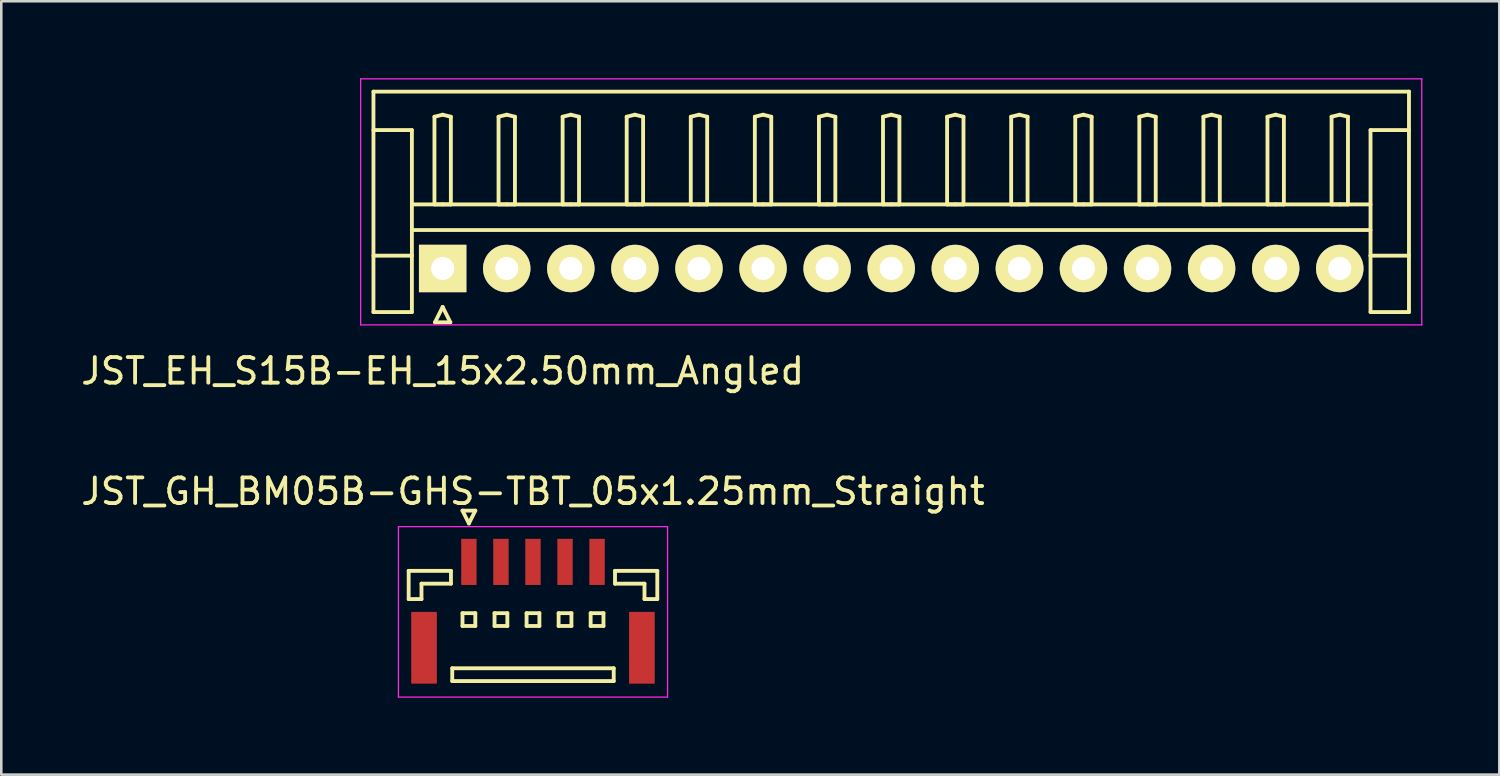
<source format=kicad_pcb>
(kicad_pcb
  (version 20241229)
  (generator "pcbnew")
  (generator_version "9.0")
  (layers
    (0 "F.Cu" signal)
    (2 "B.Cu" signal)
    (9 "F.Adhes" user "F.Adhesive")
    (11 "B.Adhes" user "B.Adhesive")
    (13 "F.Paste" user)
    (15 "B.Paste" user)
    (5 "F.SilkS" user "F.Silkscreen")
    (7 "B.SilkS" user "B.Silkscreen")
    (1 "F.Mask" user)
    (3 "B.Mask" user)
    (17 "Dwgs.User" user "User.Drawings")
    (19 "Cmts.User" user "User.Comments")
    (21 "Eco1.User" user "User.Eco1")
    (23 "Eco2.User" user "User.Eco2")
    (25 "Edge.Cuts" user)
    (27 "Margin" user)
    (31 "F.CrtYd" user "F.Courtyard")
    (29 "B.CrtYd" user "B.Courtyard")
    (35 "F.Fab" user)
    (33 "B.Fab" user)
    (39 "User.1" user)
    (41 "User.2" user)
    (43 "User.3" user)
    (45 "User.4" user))
  (footprint "JST_GH_BM05B-GHS-TBT_05x1.25mm_Straight"
    (layer "F.Cu")
    (at 17.744 20.547)
    (property "Reference" "JST_GH_BM05B-GHS-TBT_05x1.25mm_Straight" (at 0 -4.425 0) (layer "F.SilkS") (effects (font (size 1 1) (thickness 0.15))))
    (attr smd)
    (fp_line (start -4.85 -1.325) (end -3.2 -1.325) (stroke (width 0.15) (type solid)) (layer "F.SilkS"))
    (fp_line (start -4.85 -0.225) (end -4.85 -1.325) (stroke (width 0.15) (type solid)) (layer "F.SilkS"))
    (fp_line (start -4.35 -0.825) (end -4.35 -0.225) (stroke (width 0.15) (type solid)) (layer "F.SilkS"))
    (fp_line (start -4.35 -0.225) (end -4.85 -0.225) (stroke (width 0.15) (type solid)) (layer "F.SilkS"))
    (fp_line (start -3.2 -1.325) (end -3.2 -0.825) (stroke (width 0.15) (type solid)) (layer "F.SilkS"))
    (fp_line (start -3.2 -0.825) (end -4.35 -0.825) (stroke (width 0.15) (type solid)) (layer "F.SilkS"))
    (fp_line (start -3.15 2.475) (end -3.15 2.975) (stroke (width 0.15) (type solid)) (layer "F.SilkS"))
    (fp_line (start -3.15 2.975) (end 3.15 2.975) (stroke (width 0.15) (type solid)) (layer "F.SilkS"))
    (fp_line (start -2.75 -3.675) (end -2.25 -3.675) (stroke (width 0.15) (type solid)) (layer "F.SilkS"))
    (fp_line (start -2.75 0.325) (end -2.75 0.825) (stroke (width 0.15) (type solid)) (layer "F.SilkS"))
    (fp_line (start -2.75 0.825) (end -2.25 0.825) (stroke (width 0.15) (type solid)) (layer "F.SilkS"))
    (fp_line (start -2.5 -3.175) (end -2.75 -3.675) (stroke (width 0.15) (type solid)) (layer "F.SilkS"))
    (fp_line (start -2.25 -3.675) (end -2.5 -3.175) (stroke (width 0.15) (type solid)) (layer "F.SilkS"))
    (fp_line (start -2.25 0.325) (end -2.75 0.325) (stroke (width 0.15) (type solid)) (layer "F.SilkS"))
    (fp_line (start -2.25 0.825) (end -2.25 0.325) (stroke (width 0.15) (type solid)) (layer "F.SilkS"))
    (fp_line (start -1.5 0.325) (end -1.5 0.825) (stroke (width 0.15) (type solid)) (layer "F.SilkS"))
    (fp_line (start -1.5 0.825) (end -1 0.825) (stroke (width 0.15) (type solid)) (layer "F.SilkS"))
    (fp_line (start -1 0.325) (end -1.5 0.325) (stroke (width 0.15) (type solid)) (layer "F.SilkS"))
    (fp_line (start -1 0.825) (end -1 0.325) (stroke (width 0.15) (type solid)) (layer "F.SilkS"))
    (fp_line (start -0.25 0.325) (end -0.25 0.825) (stroke (width 0.15) (type solid)) (layer "F.SilkS"))
    (fp_line (start -0.25 0.825) (end 0.25 0.825) (stroke (width 0.15) (type solid)) (layer "F.SilkS"))
    (fp_line (start 0.25 0.325) (end -0.25 0.325) (stroke (width 0.15) (type solid)) (layer "F.SilkS"))
    (fp_line (start 0.25 0.825) (end 0.25 0.325) (stroke (width 0.15) (type solid)) (layer "F.SilkS"))
    (fp_line (start 1 0.325) (end 1 0.825) (stroke (width 0.15) (type solid)) (layer "F.SilkS"))
    (fp_line (start 1 0.825) (end 1.5 0.825) (stroke (width 0.15) (type solid)) (layer "F.SilkS"))
    (fp_line (start 1.5 0.325) (end 1 0.325) (stroke (width 0.15) (type solid)) (layer "F.SilkS"))
    (fp_line (start 1.5 0.825) (end 1.5 0.325) (stroke (width 0.15) (type solid)) (layer "F.SilkS"))
    (fp_line (start 2.25 0.325) (end 2.25 0.825) (stroke (width 0.15) (type solid)) (layer "F.SilkS"))
    (fp_line (start 2.25 0.825) (end 2.75 0.825) (stroke (width 0.15) (type solid)) (layer "F.SilkS"))
    (fp_line (start 2.75 0.325) (end 2.25 0.325) (stroke (width 0.15) (type solid)) (layer "F.SilkS"))
    (fp_line (start 2.75 0.825) (end 2.75 0.325) (stroke (width 0.15) (type solid)) (layer "F.SilkS"))
    (fp_line (start 3.15 2.475) (end -3.15 2.475) (stroke (width 0.15) (type solid)) (layer "F.SilkS"))
    (fp_line (start 3.15 2.975) (end 3.15 2.475) (stroke (width 0.15) (type solid)) (layer "F.SilkS"))
    (fp_line (start 3.2 -1.325) (end 3.2 -0.825) (stroke (width 0.15) (type solid)) (layer "F.SilkS"))
    (fp_line (start 3.2 -0.825) (end 4.35 -0.825) (stroke (width 0.15) (type solid)) (layer "F.SilkS"))
    (fp_line (start 4.35 -0.825) (end 4.35 -0.225) (stroke (width 0.15) (type solid)) (layer "F.SilkS"))
    (fp_line (start 4.35 -0.225) (end 4.85 -0.225) (stroke (width 0.15) (type solid)) (layer "F.SilkS"))
    (fp_line (start 4.85 -1.325) (end 3.2 -1.325) (stroke (width 0.15) (type solid)) (layer "F.SilkS"))
    (fp_line (start 4.85 -0.225) (end 4.85 -1.325) (stroke (width 0.15) (type solid)) (layer "F.SilkS"))
    (fp_line (start -5.25 -3.05) (end -5.25 3.6) (stroke (width 0.05) (type solid)) (layer "F.CrtYd"))
    (fp_line (start -5.25 3.6) (end 5.25 3.6) (stroke (width 0.05) (type solid)) (layer "F.CrtYd"))
    (fp_line (start 5.25 -3.05) (end -5.25 -3.05) (stroke (width 0.05) (type solid)) (layer "F.CrtYd"))
    (fp_line (start 5.25 3.6) (end 5.25 -3.05) (stroke (width 0.05) (type solid)) (layer "F.CrtYd"))
    (pad "" smd rect (at -4.25 1.675) (size 1 2.8) (layers "F.Cu" "F.Mask" "F.Paste"))
    (pad "" smd rect (at 4.25 1.675) (size 1 2.8) (layers "F.Cu" "F.Mask" "F.Paste"))
    (pad "1" smd rect (at -2.5 -1.675) (size 0.6 1.8) (layers "F.Cu" "F.Mask" "F.Paste"))
    (pad "2" smd rect (at -1.25 -1.675) (size 0.6 1.8) (layers "F.Cu" "F.Mask" "F.Paste"))
    (pad "3" smd rect (at 0 -1.675) (size 0.6 1.8) (layers "F.Cu" "F.Mask" "F.Paste"))
    (pad "4" smd rect (at 1.25 -1.675) (size 0.6 1.8) (layers "F.Cu" "F.Mask" "F.Paste"))
    (pad "5" smd rect (at 2.5 -1.675) (size 0.6 1.8) (layers "F.Cu" "F.Mask" "F.Paste")))
  (footprint "JST_EH_S15B-EH_15x2.50mm_Angled"
    (layer "F.Cu")
    (at 14.22 7.425)
    (property "Reference" "JST_EH_S15B-EH_15x2.50mm_Angled" (at 0 4 0) (layer "F.SilkS") (effects (font (size 1 1) (thickness 0.15))))
    (attr through_hole)
    (fp_line (start -2.7 -6.9) (end 37.7 -6.9) (stroke (width 0.15) (type solid)) (layer "F.SilkS"))
    (fp_line (start -2.7 -5.4) (end -1.2 -5.4) (stroke (width 0.15) (type solid)) (layer "F.SilkS"))
    (fp_line (start -2.7 1.7) (end -2.7 -6.9) (stroke (width 0.15) (type solid)) (layer "F.SilkS"))
    (fp_line (start -1.2 -5.4) (end -1.2 -0.5) (stroke (width 0.15) (type solid)) (layer "F.SilkS"))
    (fp_line (start -1.2 -2.5) (end 36.2 -2.5) (stroke (width 0.15) (type solid)) (layer "F.SilkS"))
    (fp_line (start -1.2 -1.5) (end 36.2 -1.5) (stroke (width 0.15) (type solid)) (layer "F.SilkS"))
    (fp_line (start -1.2 -0.5) (end -2.7 -0.5) (stroke (width 0.15) (type solid)) (layer "F.SilkS"))
    (fp_line (start -1.2 -0.5) (end -1.2 1.7) (stroke (width 0.15) (type solid)) (layer "F.SilkS"))
    (fp_line (start -1.2 1.7) (end -2.7 1.7) (stroke (width 0.15) (type solid)) (layer "F.SilkS"))
    (fp_line (start -0.32 -5.92) (end 0 -6) (stroke (width 0.15) (type solid)) (layer "F.SilkS"))
    (fp_line (start -0.32 -2.5) (end -0.32 -5.92) (stroke (width 0.15) (type solid)) (layer "F.SilkS"))
    (fp_line (start -0.3 2.1) (end 0.3 2.1) (stroke (width 0.15) (type solid)) (layer "F.SilkS"))
    (fp_line (start 0 -6) (end 0.32 -5.92) (stroke (width 0.15) (type solid)) (layer "F.SilkS"))
    (fp_line (start 0 -2.5) (end -0.32 -2.5) (stroke (width 0.15) (type solid)) (layer "F.SilkS"))
    (fp_line (start 0 1.5) (end -0.3 2.1) (stroke (width 0.15) (type solid)) (layer "F.SilkS"))
    (fp_line (start 0.3 2.1) (end 0 1.5) (stroke (width 0.15) (type solid)) (layer "F.SilkS"))
    (fp_line (start 0.32 -5.92) (end 0.32 -2.5) (stroke (width 0.15) (type solid)) (layer "F.SilkS"))
    (fp_line (start 0.32 -2.5) (end 0 -2.5) (stroke (width 0.15) (type solid)) (layer "F.SilkS"))
    (fp_line (start 2.18 -5.92) (end 2.5 -6) (stroke (width 0.15) (type solid)) (layer "F.SilkS"))
    (fp_line (start 2.18 -2.5) (end 2.18 -5.92) (stroke (width 0.15) (type solid)) (layer "F.SilkS"))
    (fp_line (start 2.5 -6) (end 2.82 -5.92) (stroke (width 0.15) (type solid)) (layer "F.SilkS"))
    (fp_line (start 2.5 -2.5) (end 2.18 -2.5) (stroke (width 0.15) (type solid)) (layer "F.SilkS"))
    (fp_line (start 2.82 -5.92) (end 2.82 -2.5) (stroke (width 0.15) (type solid)) (layer "F.SilkS"))
    (fp_line (start 2.82 -2.5) (end 2.5 -2.5) (stroke (width 0.15) (type solid)) (layer "F.SilkS"))
    (fp_line (start 4.68 -5.92) (end 5 -6) (stroke (width 0.15) (type solid)) (layer "F.SilkS"))
    (fp_line (start 4.68 -2.5) (end 4.68 -5.92) (stroke (width 0.15) (type solid)) (layer "F.SilkS"))
    (fp_line (start 5 -6) (end 5.32 -5.92) (stroke (width 0.15) (type solid)) (layer "F.SilkS"))
    (fp_line (start 5 -2.5) (end 4.68 -2.5) (stroke (width 0.15) (type solid)) (layer "F.SilkS"))
    (fp_line (start 5.32 -5.92) (end 5.32 -2.5) (stroke (width 0.15) (type solid)) (layer "F.SilkS"))
    (fp_line (start 5.32 -2.5) (end 5 -2.5) (stroke (width 0.15) (type solid)) (layer "F.SilkS"))
    (fp_line (start 7.18 -5.92) (end 7.5 -6) (stroke (width 0.15) (type solid)) (layer "F.SilkS"))
    (fp_line (start 7.18 -2.5) (end 7.18 -5.92) (stroke (width 0.15) (type solid)) (layer "F.SilkS"))
    (fp_line (start 7.5 -6) (end 7.82 -5.92) (stroke (width 0.15) (type solid)) (layer "F.SilkS"))
    (fp_line (start 7.5 -2.5) (end 7.18 -2.5) (stroke (width 0.15) (type solid)) (layer "F.SilkS"))
    (fp_line (start 7.82 -5.92) (end 7.82 -2.5) (stroke (width 0.15) (type solid)) (layer "F.SilkS"))
    (fp_line (start 7.82 -2.5) (end 7.5 -2.5) (stroke (width 0.15) (type solid)) (layer "F.SilkS"))
    (fp_line (start 9.68 -5.92) (end 10 -6) (stroke (width 0.15) (type solid)) (layer "F.SilkS"))
    (fp_line (start 9.68 -2.5) (end 9.68 -5.92) (stroke (width 0.15) (type solid)) (layer "F.SilkS"))
    (fp_line (start 10 -6) (end 10.32 -5.92) (stroke (width 0.15) (type solid)) (layer "F.SilkS"))
    (fp_line (start 10 -2.5) (end 9.68 -2.5) (stroke (width 0.15) (type solid)) (layer "F.SilkS"))
    (fp_line (start 10.32 -5.92) (end 10.32 -2.5) (stroke (width 0.15) (type solid)) (layer "F.SilkS"))
    (fp_line (start 10.32 -2.5) (end 10 -2.5) (stroke (width 0.15) (type solid)) (layer "F.SilkS"))
    (fp_line (start 12.18 -5.92) (end 12.5 -6) (stroke (width 0.15) (type solid)) (layer "F.SilkS"))
    (fp_line (start 12.18 -2.5) (end 12.18 -5.92) (stroke (width 0.15) (type solid)) (layer "F.SilkS"))
    (fp_line (start 12.5 -6) (end 12.82 -5.92) (stroke (width 0.15) (type solid)) (layer "F.SilkS"))
    (fp_line (start 12.5 -2.5) (end 12.18 -2.5) (stroke (width 0.15) (type solid)) (layer "F.SilkS"))
    (fp_line (start 12.82 -5.92) (end 12.82 -2.5) (stroke (width 0.15) (type solid)) (layer "F.SilkS"))
    (fp_line (start 12.82 -2.5) (end 12.5 -2.5) (stroke (width 0.15) (type solid)) (layer "F.SilkS"))
    (fp_line (start 14.68 -5.92) (end 15 -6) (stroke (width 0.15) (type solid)) (layer "F.SilkS"))
    (fp_line (start 14.68 -2.5) (end 14.68 -5.92) (stroke (width 0.15) (type solid)) (layer "F.SilkS"))
    (fp_line (start 15 -6) (end 15.32 -5.92) (stroke (width 0.15) (type solid)) (layer "F.SilkS"))
    (fp_line (start 15 -2.5) (end 14.68 -2.5) (stroke (width 0.15) (type solid)) (layer "F.SilkS"))
    (fp_line (start 15.32 -5.92) (end 15.32 -2.5) (stroke (width 0.15) (type solid)) (layer "F.SilkS"))
    (fp_line (start 15.32 -2.5) (end 15 -2.5) (stroke (width 0.15) (type solid)) (layer "F.SilkS"))
    (fp_line (start 17.18 -5.92) (end 17.5 -6) (stroke (width 0.15) (type solid)) (layer "F.SilkS"))
    (fp_line (start 17.18 -2.5) (end 17.18 -5.92) (stroke (width 0.15) (type solid)) (layer "F.SilkS"))
    (fp_line (start 17.5 -6) (end 17.82 -5.92) (stroke (width 0.15) (type solid)) (layer "F.SilkS"))
    (fp_line (start 17.5 -2.5) (end 17.18 -2.5) (stroke (width 0.15) (type solid)) (layer "F.SilkS"))
    (fp_line (start 17.82 -5.92) (end 17.82 -2.5) (stroke (width 0.15) (type solid)) (layer "F.SilkS"))
    (fp_line (start 17.82 -2.5) (end 17.5 -2.5) (stroke (width 0.15) (type solid)) (layer "F.SilkS"))
    (fp_line (start 19.68 -5.92) (end 20 -6) (stroke (width 0.15) (type solid)) (layer "F.SilkS"))
    (fp_line (start 19.68 -2.5) (end 19.68 -5.92) (stroke (width 0.15) (type solid)) (layer "F.SilkS"))
    (fp_line (start 20 -6) (end 20.32 -5.92) (stroke (width 0.15) (type solid)) (layer "F.SilkS"))
    (fp_line (start 20 -2.5) (end 19.68 -2.5) (stroke (width 0.15) (type solid)) (layer "F.SilkS"))
    (fp_line (start 20.32 -5.92) (end 20.32 -2.5) (stroke (width 0.15) (type solid)) (layer "F.SilkS"))
    (fp_line (start 20.32 -2.5) (end 20 -2.5) (stroke (width 0.15) (type solid)) (layer "F.SilkS"))
    (fp_line (start 22.18 -5.92) (end 22.5 -6) (stroke (width 0.15) (type solid)) (layer "F.SilkS"))
    (fp_line (start 22.18 -2.5) (end 22.18 -5.92) (stroke (width 0.15) (type solid)) (layer "F.SilkS"))
    (fp_line (start 22.5 -6) (end 22.82 -5.92) (stroke (width 0.15) (type solid)) (layer "F.SilkS"))
    (fp_line (start 22.5 -2.5) (end 22.18 -2.5) (stroke (width 0.15) (type solid)) (layer "F.SilkS"))
    (fp_line (start 22.82 -5.92) (end 22.82 -2.5) (stroke (width 0.15) (type solid)) (layer "F.SilkS"))
    (fp_line (start 22.82 -2.5) (end 22.5 -2.5) (stroke (width 0.15) (type solid)) (layer "F.SilkS"))
    (fp_line (start 24.68 -5.92) (end 25 -6) (stroke (width 0.15) (type solid)) (layer "F.SilkS"))
    (fp_line (start 24.68 -2.5) (end 24.68 -5.92) (stroke (width 0.15) (type solid)) (layer "F.SilkS"))
    (fp_line (start 25 -6) (end 25.32 -5.92) (stroke (width 0.15) (type solid)) (layer "F.SilkS"))
    (fp_line (start 25 -2.5) (end 24.68 -2.5) (stroke (width 0.15) (type solid)) (layer "F.SilkS"))
    (fp_line (start 25.32 -5.92) (end 25.32 -2.5) (stroke (width 0.15) (type solid)) (layer "F.SilkS"))
    (fp_line (start 25.32 -2.5) (end 25 -2.5) (stroke (width 0.15) (type solid)) (layer "F.SilkS"))
    (fp_line (start 27.18 -5.92) (end 27.5 -6) (stroke (width 0.15) (type solid)) (layer "F.SilkS"))
    (fp_line (start 27.18 -2.5) (end 27.18 -5.92) (stroke (width 0.15) (type solid)) (layer "F.SilkS"))
    (fp_line (start 27.5 -6) (end 27.82 -5.92) (stroke (width 0.15) (type solid)) (layer "F.SilkS"))
    (fp_line (start 27.5 -2.5) (end 27.18 -2.5) (stroke (width 0.15) (type solid)) (layer "F.SilkS"))
    (fp_line (start 27.82 -5.92) (end 27.82 -2.5) (stroke (width 0.15) (type solid)) (layer "F.SilkS"))
    (fp_line (start 27.82 -2.5) (end 27.5 -2.5) (stroke (width 0.15) (type solid)) (layer "F.SilkS"))
    (fp_line (start 29.68 -5.92) (end 30 -6) (stroke (width 0.15) (type solid)) (layer "F.SilkS"))
    (fp_line (start 29.68 -2.5) (end 29.68 -5.92) (stroke (width 0.15) (type solid)) (layer "F.SilkS"))
    (fp_line (start 30 -6) (end 30.32 -5.92) (stroke (width 0.15) (type solid)) (layer "F.SilkS"))
    (fp_line (start 30 -2.5) (end 29.68 -2.5) (stroke (width 0.15) (type solid)) (layer "F.SilkS"))
    (fp_line (start 30.32 -5.92) (end 30.32 -2.5) (stroke (width 0.15) (type solid)) (layer "F.SilkS"))
    (fp_line (start 30.32 -2.5) (end 30 -2.5) (stroke (width 0.15) (type solid)) (layer "F.SilkS"))
    (fp_line (start 32.18 -5.92) (end 32.5 -6) (stroke (width 0.15) (type solid)) (layer "F.SilkS"))
    (fp_line (start 32.18 -2.5) (end 32.18 -5.92) (stroke (width 0.15) (type solid)) (layer "F.SilkS"))
    (fp_line (start 32.5 -6) (end 32.82 -5.92) (stroke (width 0.15) (type solid)) (layer "F.SilkS"))
    (fp_line (start 32.5 -2.5) (end 32.18 -2.5) (stroke (width 0.15) (type solid)) (layer "F.SilkS"))
    (fp_line (start 32.82 -5.92) (end 32.82 -2.5) (stroke (width 0.15) (type solid)) (layer "F.SilkS"))
    (fp_line (start 32.82 -2.5) (end 32.5 -2.5) (stroke (width 0.15) (type solid)) (layer "F.SilkS"))
    (fp_line (start 34.68 -5.92) (end 35 -6) (stroke (width 0.15) (type solid)) (layer "F.SilkS"))
    (fp_line (start 34.68 -2.5) (end 34.68 -5.92) (stroke (width 0.15) (type solid)) (layer "F.SilkS"))
    (fp_line (start 35 -6) (end 35.32 -5.92) (stroke (width 0.15) (type solid)) (layer "F.SilkS"))
    (fp_line (start 35 -2.5) (end 34.68 -2.5) (stroke (width 0.15) (type solid)) (layer "F.SilkS"))
    (fp_line (start 35.32 -5.92) (end 35.32 -2.5) (stroke (width 0.15) (type solid)) (layer "F.SilkS"))
    (fp_line (start 35.32 -2.5) (end 35 -2.5) (stroke (width 0.15) (type solid)) (layer "F.SilkS"))
    (fp_line (start 36.2 -5.4) (end 36.2 -0.5) (stroke (width 0.15) (type solid)) (layer "F.SilkS"))
    (fp_line (start 36.2 -0.5) (end 37.7 -0.5) (stroke (width 0.15) (type solid)) (layer "F.SilkS"))
    (fp_line (start 36.2 1.7) (end 36.2 -0.5) (stroke (width 0.15) (type solid)) (layer "F.SilkS"))
    (fp_line (start 37.7 -6.9) (end 37.7 1.7) (stroke (width 0.15) (type solid)) (layer "F.SilkS"))
    (fp_line (start 37.7 -5.4) (end 36.2 -5.4) (stroke (width 0.15) (type solid)) (layer "F.SilkS"))
    (fp_line (start 37.7 1.7) (end 36.2 1.7) (stroke (width 0.15) (type solid)) (layer "F.SilkS"))
    (fp_line (start -3.2 -7.4) (end -3.2 2.2) (stroke (width 0.05) (type solid)) (layer "F.CrtYd"))
    (fp_line (start -3.2 2.2) (end 38.2 2.2) (stroke (width 0.05) (type solid)) (layer "F.CrtYd"))
    (fp_line (start 38.2 -7.4) (end -3.2 -7.4) (stroke (width 0.05) (type solid)) (layer "F.CrtYd"))
    (fp_line (start 38.2 2.2) (end 38.2 -7.4) (stroke (width 0.05) (type solid)) (layer "F.CrtYd"))
    (pad "1" thru_hole rect (at 0 0) (size 1.85 1.85) (drill 0.9) (layers "*.Cu" "*.Mask" "F.SilkS"))
    (pad "2" thru_hole circle (at 2.5 0) (size 1.85 1.85) (drill 0.9) (layers "*.Cu" "*.Mask" "F.SilkS"))
    (pad "3" thru_hole circle (at 5 0) (size 1.85 1.85) (drill 0.9) (layers "*.Cu" "*.Mask" "F.SilkS"))
    (pad "4" thru_hole circle (at 7.5 0) (size 1.85 1.85) (drill 0.9) (layers "*.Cu" "*.Mask" "F.SilkS"))
    (pad "5" thru_hole circle (at 10 0) (size 1.85 1.85) (drill 0.9) (layers "*.Cu" "*.Mask" "F.SilkS"))
    (pad "6" thru_hole circle (at 12.5 0) (size 1.85 1.85) (drill 0.9) (layers "*.Cu" "*.Mask" "F.SilkS"))
    (pad "7" thru_hole circle (at 15 0) (size 1.85 1.85) (drill 0.9) (layers "*.Cu" "*.Mask" "F.SilkS"))
    (pad "8" thru_hole circle (at 17.5 0) (size 1.85 1.85) (drill 0.9) (layers "*.Cu" "*.Mask" "F.SilkS"))
    (pad "9" thru_hole circle (at 20 0) (size 1.85 1.85) (drill 0.9) (layers "*.Cu" "*.Mask" "F.SilkS"))
    (pad "10" thru_hole circle (at 22.5 0) (size 1.85 1.85) (drill 0.9) (layers "*.Cu" "*.Mask" "F.SilkS"))
    (pad "11" thru_hole circle (at 25 0) (size 1.85 1.85) (drill 0.9) (layers "*.Cu" "*.Mask" "F.SilkS"))
    (pad "12" thru_hole circle (at 27.5 0) (size 1.85 1.85) (drill 0.9) (layers "*.Cu" "*.Mask" "F.SilkS"))
    (pad "13" thru_hole circle (at 30 0) (size 1.85 1.85) (drill 0.9) (layers "*.Cu" "*.Mask" "F.SilkS"))
    (pad "14" thru_hole circle (at 32.5 0) (size 1.85 1.85) (drill 0.9) (layers "*.Cu" "*.Mask" "F.SilkS"))
    (pad "15" thru_hole circle (at 35 0) (size 1.85 1.85) (drill 0.9) (layers "*.Cu" "*.Mask" "F.SilkS")))
  (gr_rect
    (start -3 -3)
    (end 55.445 27.172)
    (stroke (width 0.1) (type default))
    (fill no)
    (layer "Edge.Cuts")))
</source>
